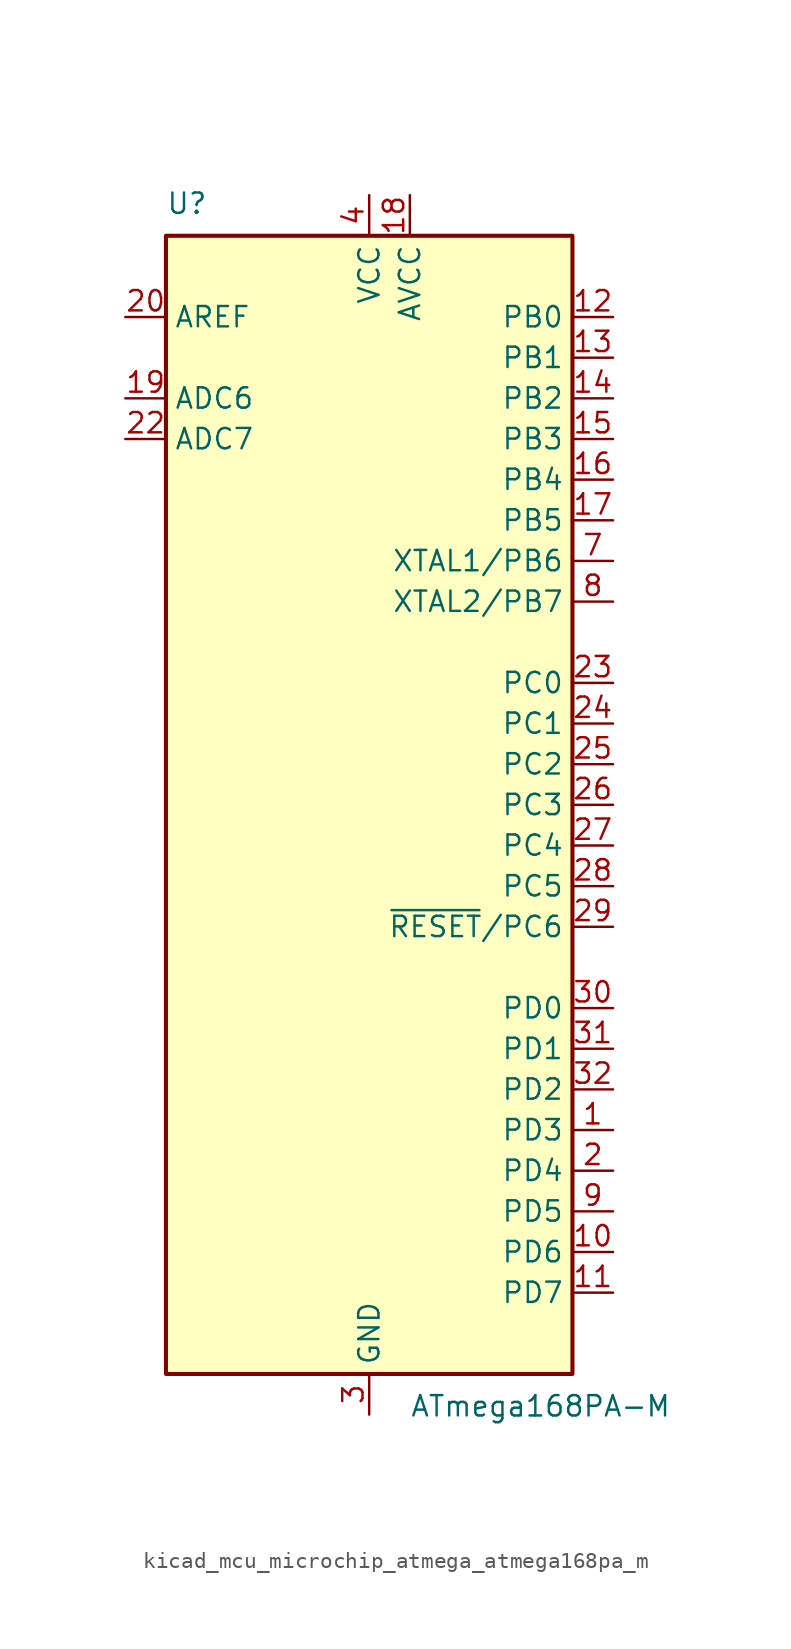
<source format=kicad_sym>
(kicad_symbol_lib
  (version 20220914)
  (generator kicad_symbol_editor)
  (symbol "kicad_mcu_microchip_atmega_atmega168pa_m"
    (property "Reference" "U"
      (at -12.7 36.83 0)
      (effects (font (size 1.27 1.27)) (justify left bottom)))
    (property "Value" "ATmega168PA-M"
      (at 2.54 -36.83 0)
      (effects (font (size 1.27 1.27)) (justify left top)))
    (symbol "kicad_mcu_microchip_atmega_atmega168pa_m_0_1"
      (rectangle (start -12.7 -35.56) (end 12.7 35.56) (stroke (width 0.254) (type default)) (fill (type background))))
    (symbol "kicad_mcu_microchip_atmega_atmega168pa_m_1_1"
      (pin bidirectional line (at 15.24 -20.32 180) (length 2.54) (name "PD3" (effects (font (size 1.27 1.27)))) (number "1" (effects (font (size 1.27 1.27)))))
      (pin bidirectional line (at 15.24 -27.94 180) (length 2.54) (name "PD6" (effects (font (size 1.27 1.27)))) (number "10" (effects (font (size 1.27 1.27)))))
      (pin bidirectional line (at 15.24 -30.48 180) (length 2.54) (name "PD7" (effects (font (size 1.27 1.27)))) (number "11" (effects (font (size 1.27 1.27)))))
      (pin bidirectional line (at 15.24 30.48 180) (length 2.54) (name "PB0" (effects (font (size 1.27 1.27)))) (number "12" (effects (font (size 1.27 1.27)))))
      (pin bidirectional line (at 15.24 27.94 180) (length 2.54) (name "PB1" (effects (font (size 1.27 1.27)))) (number "13" (effects (font (size 1.27 1.27)))))
      (pin bidirectional line (at 15.24 25.4 180) (length 2.54) (name "PB2" (effects (font (size 1.27 1.27)))) (number "14" (effects (font (size 1.27 1.27)))))
      (pin bidirectional line (at 15.24 22.86 180) (length 2.54) (name "PB3" (effects (font (size 1.27 1.27)))) (number "15" (effects (font (size 1.27 1.27)))))
      (pin bidirectional line (at 15.24 20.32 180) (length 2.54) (name "PB4" (effects (font (size 1.27 1.27)))) (number "16" (effects (font (size 1.27 1.27)))))
      (pin bidirectional line (at 15.24 17.78 180) (length 2.54) (name "PB5" (effects (font (size 1.27 1.27)))) (number "17" (effects (font (size 1.27 1.27)))))
      (pin power_in line (at 2.54 38.1 270) (length 2.54) (name "AVCC" (effects (font (size 1.27 1.27)))) (number "18" (effects (font (size 1.27 1.27)))))
      (pin input line (at -15.24 25.4 0) (length 2.54) (name "ADC6" (effects (font (size 1.27 1.27)))) (number "19" (effects (font (size 1.27 1.27)))))
      (pin bidirectional line (at 15.24 -22.86 180) (length 2.54) (name "PD4" (effects (font (size 1.27 1.27)))) (number "2" (effects (font (size 1.27 1.27)))))
      (pin passive line (at -15.24 30.48 0) (length 2.54) (name "AREF" (effects (font (size 1.27 1.27)))) (number "20" (effects (font (size 1.27 1.27)))))
      (pin passive line (at 0 -38.1 90) (length 2.54) hide (name "GND" (effects (font (size 1.27 1.27)))) (number "21" (effects (font (size 1.27 1.27)))))
      (pin input line (at -15.24 22.86 0) (length 2.54) (name "ADC7" (effects (font (size 1.27 1.27)))) (number "22" (effects (font (size 1.27 1.27)))))
      (pin bidirectional line (at 15.24 7.62 180) (length 2.54) (name "PC0" (effects (font (size 1.27 1.27)))) (number "23" (effects (font (size 1.27 1.27)))))
      (pin bidirectional line (at 15.24 5.08 180) (length 2.54) (name "PC1" (effects (font (size 1.27 1.27)))) (number "24" (effects (font (size 1.27 1.27)))))
      (pin bidirectional line (at 15.24 2.54 180) (length 2.54) (name "PC2" (effects (font (size 1.27 1.27)))) (number "25" (effects (font (size 1.27 1.27)))))
      (pin bidirectional line (at 15.24 0 180) (length 2.54) (name "PC3" (effects (font (size 1.27 1.27)))) (number "26" (effects (font (size 1.27 1.27)))))
      (pin bidirectional line (at 15.24 -2.54 180) (length 2.54) (name "PC4" (effects (font (size 1.27 1.27)))) (number "27" (effects (font (size 1.27 1.27)))))
      (pin bidirectional line (at 15.24 -5.08 180) (length 2.54) (name "PC5" (effects (font (size 1.27 1.27)))) (number "28" (effects (font (size 1.27 1.27)))))
      (pin bidirectional line (at 15.24 -7.62 180) (length 2.54) (name "~{RESET}/PC6" (effects (font (size 1.27 1.27)))) (number "29" (effects (font (size 1.27 1.27)))))
      (pin power_in line (at 0 -38.1 90) (length 2.54) (name "GND" (effects (font (size 1.27 1.27)))) (number "3" (effects (font (size 1.27 1.27)))))
      (pin bidirectional line (at 15.24 -12.7 180) (length 2.54) (name "PD0" (effects (font (size 1.27 1.27)))) (number "30" (effects (font (size 1.27 1.27)))))
      (pin bidirectional line (at 15.24 -15.24 180) (length 2.54) (name "PD1" (effects (font (size 1.27 1.27)))) (number "31" (effects (font (size 1.27 1.27)))))
      (pin bidirectional line (at 15.24 -17.78 180) (length 2.54) (name "PD2" (effects (font (size 1.27 1.27)))) (number "32" (effects (font (size 1.27 1.27)))))
      (pin passive line (at 0 -38.1 90) (length 2.54) hide (name "GND" (effects (font (size 1.27 1.27)))) (number "33" (effects (font (size 1.27 1.27)))))
      (pin power_in line (at 0 38.1 270) (length 2.54) (name "VCC" (effects (font (size 1.27 1.27)))) (number "4" (effects (font (size 1.27 1.27)))))
      (pin passive line (at 0 -38.1 90) (length 2.54) hide (name "GND" (effects (font (size 1.27 1.27)))) (number "5" (effects (font (size 1.27 1.27)))))
      (pin passive line (at 0 38.1 270) (length 2.54) hide (name "VCC" (effects (font (size 1.27 1.27)))) (number "6" (effects (font (size 1.27 1.27)))))
      (pin bidirectional line (at 15.24 15.24 180) (length 2.54) (name "XTAL1/PB6" (effects (font (size 1.27 1.27)))) (number "7" (effects (font (size 1.27 1.27)))))
      (pin bidirectional line (at 15.24 12.7 180) (length 2.54) (name "XTAL2/PB7" (effects (font (size 1.27 1.27)))) (number "8" (effects (font (size 1.27 1.27)))))
      (pin bidirectional line (at 15.24 -25.4 180) (length 2.54) (name "PD5" (effects (font (size 1.27 1.27)))) (number "9" (effects (font (size 1.27 1.27))))))))
</source>
